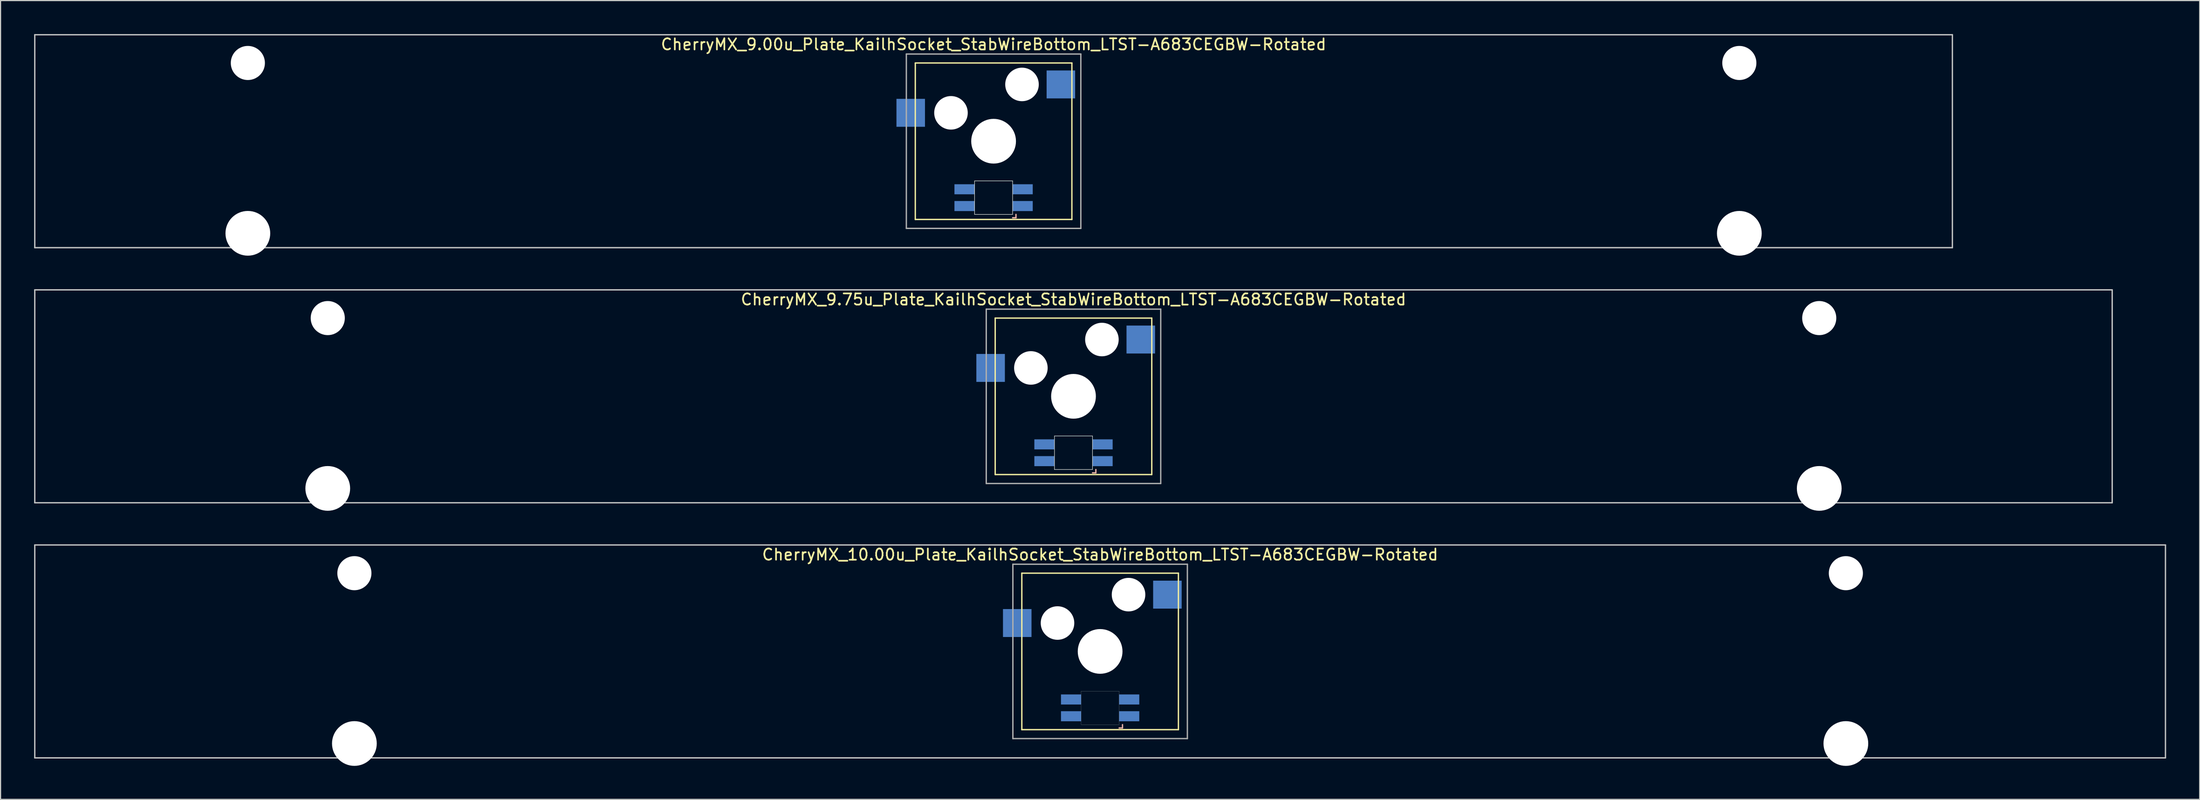
<source format=kicad_pcb>
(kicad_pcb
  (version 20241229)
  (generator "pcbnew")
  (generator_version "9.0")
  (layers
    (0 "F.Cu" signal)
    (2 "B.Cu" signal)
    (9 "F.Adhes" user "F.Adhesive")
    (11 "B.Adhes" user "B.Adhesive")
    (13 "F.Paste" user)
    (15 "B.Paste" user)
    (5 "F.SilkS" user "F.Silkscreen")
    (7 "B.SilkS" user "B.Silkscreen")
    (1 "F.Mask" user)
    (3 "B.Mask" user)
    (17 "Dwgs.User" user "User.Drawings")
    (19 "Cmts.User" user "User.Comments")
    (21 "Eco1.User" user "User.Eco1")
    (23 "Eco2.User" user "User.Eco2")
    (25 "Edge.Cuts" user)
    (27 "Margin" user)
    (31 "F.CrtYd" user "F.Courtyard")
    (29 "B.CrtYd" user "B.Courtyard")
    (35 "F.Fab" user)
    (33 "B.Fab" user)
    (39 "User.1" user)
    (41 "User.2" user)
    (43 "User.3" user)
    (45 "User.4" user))
  (footprint "CherryMX_9.00u_Plate_KailhSocket_StabWireBottom_LTST-A683CEGBW-Rotated"
    (layer "F.Cu")
    (at 85.785 9.585)
    (property "Reference" "CherryMX_9.00u_Plate_KailhSocket_StabWireBottom_LTST-A683CEGBW-Rotated" (at 0 -8.662 0) (layer "F.SilkS") (effects (font (size 1 1) (thickness 0.15))))
    (attr through_hole)
    (fp_line (start -7 -7) (end -7 7) (stroke (width 0.12) (type solid)) (layer "F.SilkS"))
    (fp_line (start -7 -7) (end 7 -7) (stroke (width 0.12) (type solid)) (layer "F.SilkS"))
    (fp_line (start 7 -7) (end 7 7) (stroke (width 0.12) (type solid)) (layer "F.SilkS"))
    (fp_line (start 7 7) (end -7 7) (stroke (width 0.12) (type solid)) (layer "F.SilkS"))
    (fp_line (start 1.7 6.85) (end 2 6.85) (stroke (width 0.12) (type solid)) (layer "B.SilkS"))
    (fp_line (start 2 6.85) (end 2 6.55) (stroke (width 0.12) (type solid)) (layer "B.SilkS"))
    (fp_line (start -85.725 -9.525) (end 85.725 -9.525) (stroke (width 0.12) (type solid)) (layer "Dwgs.User"))
    (fp_line (start -85.725 9.525) (end -85.725 -9.525) (stroke (width 0.12) (type solid)) (layer "Dwgs.User"))
    (fp_line (start 85.725 -9.525) (end 85.725 9.525) (stroke (width 0.12) (type solid)) (layer "Dwgs.User"))
    (fp_line (start 85.725 9.525) (end -85.725 9.525) (stroke (width 0.12) (type solid)) (layer "Dwgs.User"))
    (fp_line (start -1.7 3.55) (end 1.7 3.55) (stroke (width 0.05) (type solid)) (layer "Edge.Cuts"))
    (fp_line (start -1.7 6.55) (end -1.7 3.55) (stroke (width 0.05) (type solid)) (layer "Edge.Cuts"))
    (fp_line (start 1.7 3.55) (end 1.7 6.55) (stroke (width 0.05) (type solid)) (layer "Edge.Cuts"))
    (fp_line (start 1.7 6.55) (end -1.7 6.55) (stroke (width 0.05) (type solid)) (layer "Edge.Cuts"))
    (fp_line (start -7.8 -7.8) (end -7.8 7.8) (stroke (width 0.12) (type solid)) (layer "F.Fab"))
    (fp_line (start -7.8 -7.8) (end 7.8 -7.8) (stroke (width 0.12) (type solid)) (layer "F.Fab"))
    (fp_line (start -7.8 7.8) (end 7.8 7.8) (stroke (width 0.12) (type solid)) (layer "F.Fab"))
    (fp_line (start 7.8 -7.8) (end 7.8 7.8) (stroke (width 0.12) (type solid)) (layer "F.Fab"))
    (pad "" np_thru_hole circle (at -66.675 -7) (size 3.05 3.05) (drill 3.05) (layers "*.Cu" "*.Mask"))
    (pad "" np_thru_hole circle (at -66.675 8.24) (size 4 4) (drill 4) (layers "*.Cu" "*.Mask"))
    (pad "" np_thru_hole circle (at -3.81 -2.54) (size 3 3) (drill 3) (layers "*.Cu" "*.Mask"))
    (pad "" np_thru_hole circle (at 0 0) (size 4 4) (drill 4) (layers "*.Cu" "*.Mask"))
    (pad "" np_thru_hole circle (at 2.54 -5.08) (size 3 3) (drill 3) (layers "*.Cu" "*.Mask"))
    (pad "" np_thru_hole circle (at 66.675 -7) (size 3.05 3.05) (drill 3.05) (layers "*.Cu" "*.Mask"))
    (pad "" np_thru_hole circle (at 66.675 8.24) (size 4 4) (drill 4) (layers "*.Cu" "*.Mask"))
    (pad "1" smd rect (at -7.41 -2.54) (size 2.55 2.5) (layers "B.Cu" "B.Mask" "B.Paste"))
    (pad "2" smd rect (at 6.015 -5.08) (size 2.55 2.5) (layers "B.Cu" "B.Mask" "B.Paste"))
    (pad "3" smd rect (at 2.6 5.8) (size 1.8 0.9) (layers "B.Cu" "B.Mask" "B.Paste"))
    (pad "4" smd rect (at 2.6 4.3) (size 1.8 0.9) (layers "B.Cu" "B.Mask" "B.Paste"))
    (pad "5" smd rect (at -2.6 5.8) (size 1.8 0.9) (layers "B.Cu" "B.Mask" "B.Paste"))
    (pad "6" smd rect (at -2.6 4.3) (size 1.8 0.9) (layers "B.Cu" "B.Mask" "B.Paste")))
  (footprint "CherryMX_10.00u_Plate_KailhSocket_StabWireBottom_LTST-A683CEGBW-Rotated"
    (layer "F.Cu")
    (at 95.31 55.235)
    (property "Reference" "CherryMX_10.00u_Plate_KailhSocket_StabWireBottom_LTST-A683CEGBW-Rotated" (at 0 -8.662 0) (layer "F.SilkS") (effects (font (size 1 1) (thickness 0.15))))
    (attr through_hole)
    (fp_line (start -7 -7) (end -7 7) (stroke (width 0.12) (type solid)) (layer "F.SilkS"))
    (fp_line (start -7 -7) (end 7 -7) (stroke (width 0.12) (type solid)) (layer "F.SilkS"))
    (fp_line (start 7 -7) (end 7 7) (stroke (width 0.12) (type solid)) (layer "F.SilkS"))
    (fp_line (start 7 7) (end -7 7) (stroke (width 0.12) (type solid)) (layer "F.SilkS"))
    (fp_line (start 1.7 6.85) (end 2 6.85) (stroke (width 0.12) (type solid)) (layer "B.SilkS"))
    (fp_line (start 2 6.85) (end 2 6.55) (stroke (width 0.12) (type solid)) (layer "B.SilkS"))
    (fp_line (start -95.25 -9.525) (end 95.25 -9.525) (stroke (width 0.12) (type solid)) (layer "Dwgs.User"))
    (fp_line (start -95.25 9.525) (end -95.25 -9.525) (stroke (width 0.12) (type solid)) (layer "Dwgs.User"))
    (fp_line (start 95.25 -9.525) (end 95.25 9.525) (stroke (width 0.12) (type solid)) (layer "Dwgs.User"))
    (fp_line (start 95.25 9.525) (end -95.25 9.525) (stroke (width 0.12) (type solid)) (layer "Dwgs.User"))
    (fp_poly (pts (xy -1.7 3.55) (xy 1.7 3.55) (xy 1.7 6.55) (xy -1.7 6.55)) (stroke (width 0.01) (type solid)) (fill no) (layer "Edge.Cuts"))
    (fp_line (start -7.8 -7.8) (end -7.8 7.8) (stroke (width 0.12) (type solid)) (layer "F.Fab"))
    (fp_line (start -7.8 -7.8) (end 7.8 -7.8) (stroke (width 0.12) (type solid)) (layer "F.Fab"))
    (fp_line (start -7.8 7.8) (end 7.8 7.8) (stroke (width 0.12) (type solid)) (layer "F.Fab"))
    (fp_line (start 7.8 -7.8) (end 7.8 7.8) (stroke (width 0.12) (type solid)) (layer "F.Fab"))
    (pad "" np_thru_hole circle (at -66.675 -7) (size 3.05 3.05) (drill 3.05) (layers "*.Cu" "*.Mask"))
    (pad "" np_thru_hole circle (at -66.675 8.24) (size 4 4) (drill 4) (layers "*.Cu" "*.Mask"))
    (pad "" np_thru_hole circle (at -3.81 -2.54) (size 3 3) (drill 3) (layers "*.Cu" "*.Mask"))
    (pad "" np_thru_hole circle (at 0 0) (size 4 4) (drill 4) (layers "*.Cu" "*.Mask"))
    (pad "" np_thru_hole circle (at 2.54 -5.08) (size 3 3) (drill 3) (layers "*.Cu" "*.Mask"))
    (pad "" np_thru_hole circle (at 66.675 -7) (size 3.05 3.05) (drill 3.05) (layers "*.Cu" "*.Mask"))
    (pad "" np_thru_hole circle (at 66.675 8.24) (size 4 4) (drill 4) (layers "*.Cu" "*.Mask"))
    (pad "1" smd rect (at -7.41 -2.54) (size 2.55 2.5) (layers "B.Cu" "B.Mask" "B.Paste"))
    (pad "2" smd rect (at 6.015 -5.08) (size 2.55 2.5) (layers "B.Cu" "B.Mask" "B.Paste"))
    (pad "3" smd rect (at 2.6 5.8 180) (size 1.8 0.9) (layers "B.Cu" "B.Mask" "B.Paste"))
    (pad "4" smd rect (at 2.6 4.3 180) (size 1.8 0.9) (layers "B.Cu" "B.Mask" "B.Paste"))
    (pad "5" smd rect (at -2.6 5.8 180) (size 1.8 0.9) (layers "B.Cu" "B.Mask" "B.Paste"))
    (pad "6" smd rect (at -2.6 4.3 180) (size 1.8 0.9) (layers "B.Cu" "B.Mask" "B.Paste")))
  (footprint "CherryMX_9.75u_Plate_KailhSocket_StabWireBottom_LTST-A683CEGBW-Rotated"
    (layer "F.Cu")
    (at 92.929 32.41)
    (property "Reference" "CherryMX_9.75u_Plate_KailhSocket_StabWireBottom_LTST-A683CEGBW-Rotated" (at 0 -8.662 0) (layer "F.SilkS") (effects (font (size 1 1) (thickness 0.15))))
    (attr through_hole)
    (fp_line (start -7 -7) (end -7 7) (stroke (width 0.12) (type solid)) (layer "F.SilkS"))
    (fp_line (start -7 -7) (end 7 -7) (stroke (width 0.12) (type solid)) (layer "F.SilkS"))
    (fp_line (start 7 -7) (end 7 7) (stroke (width 0.12) (type solid)) (layer "F.SilkS"))
    (fp_line (start 7 7) (end -7 7) (stroke (width 0.12) (type solid)) (layer "F.SilkS"))
    (fp_line (start 1.7 6.85) (end 2 6.85) (stroke (width 0.12) (type solid)) (layer "B.SilkS"))
    (fp_line (start 2 6.85) (end 2 6.55) (stroke (width 0.12) (type solid)) (layer "B.SilkS"))
    (fp_line (start -92.869 -9.525) (end 92.869 -9.525) (stroke (width 0.12) (type solid)) (layer "Dwgs.User"))
    (fp_line (start -92.869 9.525) (end -92.869 -9.525) (stroke (width 0.12) (type solid)) (layer "Dwgs.User"))
    (fp_line (start 92.869 -9.525) (end 92.869 9.525) (stroke (width 0.12) (type solid)) (layer "Dwgs.User"))
    (fp_line (start 92.869 9.525) (end -92.869 9.525) (stroke (width 0.12) (type solid)) (layer "Dwgs.User"))
    (fp_line (start -1.7 3.55) (end 1.7 3.55) (stroke (width 0.05) (type solid)) (layer "Edge.Cuts"))
    (fp_line (start -1.7 6.55) (end -1.7 3.55) (stroke (width 0.05) (type solid)) (layer "Edge.Cuts"))
    (fp_line (start 1.7 3.55) (end 1.7 6.55) (stroke (width 0.05) (type solid)) (layer "Edge.Cuts"))
    (fp_line (start 1.7 6.55) (end -1.7 6.55) (stroke (width 0.05) (type solid)) (layer "Edge.Cuts"))
    (fp_line (start -7.8 -7.8) (end -7.8 7.8) (stroke (width 0.12) (type solid)) (layer "F.Fab"))
    (fp_line (start -7.8 -7.8) (end 7.8 -7.8) (stroke (width 0.12) (type solid)) (layer "F.Fab"))
    (fp_line (start -7.8 7.8) (end 7.8 7.8) (stroke (width 0.12) (type solid)) (layer "F.Fab"))
    (fp_line (start 7.8 -7.8) (end 7.8 7.8) (stroke (width 0.12) (type solid)) (layer "F.Fab"))
    (pad "" np_thru_hole circle (at -66.675 -7) (size 3.05 3.05) (drill 3.05) (layers "*.Cu" "*.Mask"))
    (pad "" np_thru_hole circle (at -66.675 8.24) (size 4 4) (drill 4) (layers "*.Cu" "*.Mask"))
    (pad "" np_thru_hole circle (at -3.81 -2.54) (size 3 3) (drill 3) (layers "*.Cu" "*.Mask"))
    (pad "" np_thru_hole circle (at 0 0) (size 4 4) (drill 4) (layers "*.Cu" "*.Mask"))
    (pad "" np_thru_hole circle (at 2.54 -5.08) (size 3 3) (drill 3) (layers "*.Cu" "*.Mask"))
    (pad "" np_thru_hole circle (at 66.675 -7) (size 3.05 3.05) (drill 3.05) (layers "*.Cu" "*.Mask"))
    (pad "" np_thru_hole circle (at 66.675 8.24) (size 4 4) (drill 4) (layers "*.Cu" "*.Mask"))
    (pad "1" smd rect (at -7.41 -2.54) (size 2.55 2.5) (layers "B.Cu" "B.Mask" "B.Paste"))
    (pad "2" smd rect (at 6.015 -5.08) (size 2.55 2.5) (layers "B.Cu" "B.Mask" "B.Paste"))
    (pad "3" smd rect (at 2.6 5.8) (size 1.8 0.9) (layers "B.Cu" "B.Mask" "B.Paste"))
    (pad "4" smd rect (at 2.6 4.3) (size 1.8 0.9) (layers "B.Cu" "B.Mask" "B.Paste"))
    (pad "5" smd rect (at -2.6 5.8) (size 1.8 0.9) (layers "B.Cu" "B.Mask" "B.Paste"))
    (pad "6" smd rect (at -2.6 4.3) (size 1.8 0.9) (layers "B.Cu" "B.Mask" "B.Paste")))
  (gr_rect
    (start -3 -3)
    (end 193.62 68.475)
    (stroke (width 0.1) (type default))
    (fill no)
    (layer "Edge.Cuts")))
</source>
